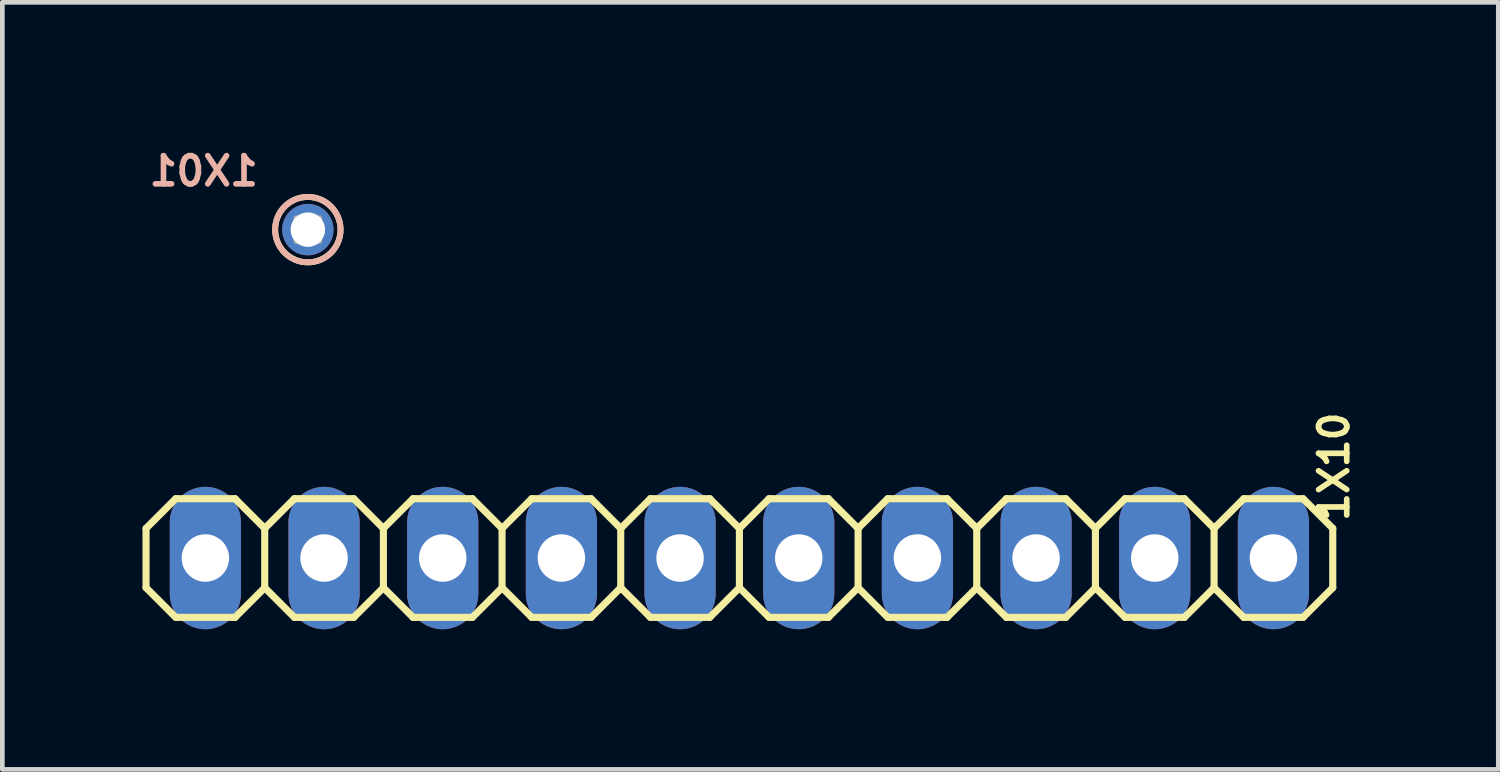
<source format=kicad_pcb>
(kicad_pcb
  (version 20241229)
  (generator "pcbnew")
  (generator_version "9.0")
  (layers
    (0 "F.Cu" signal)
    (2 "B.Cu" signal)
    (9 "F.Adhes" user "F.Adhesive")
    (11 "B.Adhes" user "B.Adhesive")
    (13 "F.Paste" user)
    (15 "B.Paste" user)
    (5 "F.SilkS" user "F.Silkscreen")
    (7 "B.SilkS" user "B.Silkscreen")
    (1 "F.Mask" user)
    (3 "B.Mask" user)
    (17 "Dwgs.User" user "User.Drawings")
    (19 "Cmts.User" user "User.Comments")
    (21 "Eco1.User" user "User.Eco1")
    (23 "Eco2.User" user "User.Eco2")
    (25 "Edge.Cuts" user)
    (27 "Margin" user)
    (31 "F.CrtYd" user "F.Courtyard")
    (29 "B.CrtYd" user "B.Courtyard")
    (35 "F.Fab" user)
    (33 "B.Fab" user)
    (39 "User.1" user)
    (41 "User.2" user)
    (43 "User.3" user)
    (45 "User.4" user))
  (footprint "1X10"
    (layer "F.Cu")
    (at 12.776 8.894)
    (property "Reference" "1X10" (at 13.079 -0.726 270) (layer "F.SilkS") (effects (font (size 0.603 0.603) (thickness 0.121)) (justify left bottom)))
    (attr through_hole)
    (fp_line (start -12.7 -0.635) (end -12.7 0.635) (stroke (width 0.152) (type solid)) (layer "F.SilkS"))
    (fp_line (start -12.7 0.635) (end -12.065 1.27) (stroke (width 0.152) (type solid)) (layer "F.SilkS"))
    (fp_line (start -12.065 -1.27) (end -12.7 -0.635) (stroke (width 0.152) (type solid)) (layer "F.SilkS"))
    (fp_line (start -12.065 -1.27) (end -10.795 -1.27) (stroke (width 0.152) (type solid)) (layer "F.SilkS"))
    (fp_line (start -10.795 -1.27) (end -10.16 -0.635) (stroke (width 0.152) (type solid)) (layer "F.SilkS"))
    (fp_line (start -10.795 1.27) (end -12.065 1.27) (stroke (width 0.152) (type solid)) (layer "F.SilkS"))
    (fp_line (start -10.16 -0.635) (end -10.16 0.635) (stroke (width 0.152) (type solid)) (layer "F.SilkS"))
    (fp_line (start -10.16 -0.635) (end -9.525 -1.27) (stroke (width 0.152) (type solid)) (layer "F.SilkS"))
    (fp_line (start -10.16 0.635) (end -10.795 1.27) (stroke (width 0.152) (type solid)) (layer "F.SilkS"))
    (fp_line (start -9.525 -1.27) (end -8.255 -1.27) (stroke (width 0.152) (type solid)) (layer "F.SilkS"))
    (fp_line (start -9.525 1.27) (end -10.16 0.635) (stroke (width 0.152) (type solid)) (layer "F.SilkS"))
    (fp_line (start -8.255 -1.27) (end -7.62 -0.635) (stroke (width 0.152) (type solid)) (layer "F.SilkS"))
    (fp_line (start -8.255 1.27) (end -9.525 1.27) (stroke (width 0.152) (type solid)) (layer "F.SilkS"))
    (fp_line (start -7.62 -0.635) (end -7.62 0.635) (stroke (width 0.152) (type solid)) (layer "F.SilkS"))
    (fp_line (start -7.62 -0.635) (end -6.985 -1.27) (stroke (width 0.152) (type solid)) (layer "F.SilkS"))
    (fp_line (start -7.62 0.635) (end -8.255 1.27) (stroke (width 0.152) (type solid)) (layer "F.SilkS"))
    (fp_line (start -6.985 -1.27) (end -5.715 -1.27) (stroke (width 0.152) (type solid)) (layer "F.SilkS"))
    (fp_line (start -6.985 1.27) (end -7.62 0.635) (stroke (width 0.152) (type solid)) (layer "F.SilkS"))
    (fp_line (start -5.715 -1.27) (end -5.08 -0.635) (stroke (width 0.152) (type solid)) (layer "F.SilkS"))
    (fp_line (start -5.715 1.27) (end -6.985 1.27) (stroke (width 0.152) (type solid)) (layer "F.SilkS"))
    (fp_line (start -5.08 -0.635) (end -5.08 0.635) (stroke (width 0.152) (type solid)) (layer "F.SilkS"))
    (fp_line (start -5.08 0.635) (end -5.715 1.27) (stroke (width 0.152) (type solid)) (layer "F.SilkS"))
    (fp_line (start -5.08 0.635) (end -4.445 1.27) (stroke (width 0.152) (type solid)) (layer "F.SilkS"))
    (fp_line (start -4.445 -1.27) (end -5.08 -0.635) (stroke (width 0.152) (type solid)) (layer "F.SilkS"))
    (fp_line (start -4.445 -1.27) (end -3.175 -1.27) (stroke (width 0.152) (type solid)) (layer "F.SilkS"))
    (fp_line (start -3.175 -1.27) (end -2.54 -0.635) (stroke (width 0.152) (type solid)) (layer "F.SilkS"))
    (fp_line (start -3.175 1.27) (end -4.445 1.27) (stroke (width 0.152) (type solid)) (layer "F.SilkS"))
    (fp_line (start -2.54 -0.635) (end -2.54 0.635) (stroke (width 0.152) (type solid)) (layer "F.SilkS"))
    (fp_line (start -2.54 -0.635) (end -1.905 -1.27) (stroke (width 0.152) (type solid)) (layer "F.SilkS"))
    (fp_line (start -2.54 0.635) (end -3.175 1.27) (stroke (width 0.152) (type solid)) (layer "F.SilkS"))
    (fp_line (start -1.905 -1.27) (end -0.635 -1.27) (stroke (width 0.152) (type solid)) (layer "F.SilkS"))
    (fp_line (start -1.905 1.27) (end -2.54 0.635) (stroke (width 0.152) (type solid)) (layer "F.SilkS"))
    (fp_line (start -0.635 -1.27) (end 0 -0.635) (stroke (width 0.152) (type solid)) (layer "F.SilkS"))
    (fp_line (start -0.635 1.27) (end -1.905 1.27) (stroke (width 0.152) (type solid)) (layer "F.SilkS"))
    (fp_line (start 0 -0.635) (end 0 0.635) (stroke (width 0.152) (type solid)) (layer "F.SilkS"))
    (fp_line (start 0 -0.635) (end 0.635 -1.27) (stroke (width 0.152) (type solid)) (layer "F.SilkS"))
    (fp_line (start 0 0.635) (end -0.635 1.27) (stroke (width 0.152) (type solid)) (layer "F.SilkS"))
    (fp_line (start 0.635 -1.27) (end 1.905 -1.27) (stroke (width 0.152) (type solid)) (layer "F.SilkS"))
    (fp_line (start 0.635 1.27) (end 0 0.635) (stroke (width 0.152) (type solid)) (layer "F.SilkS"))
    (fp_line (start 1.905 -1.27) (end 2.54 -0.635) (stroke (width 0.152) (type solid)) (layer "F.SilkS"))
    (fp_line (start 1.905 1.27) (end 0.635 1.27) (stroke (width 0.152) (type solid)) (layer "F.SilkS"))
    (fp_line (start 2.54 -0.635) (end 2.54 0.635) (stroke (width 0.152) (type solid)) (layer "F.SilkS"))
    (fp_line (start 2.54 0.635) (end 1.905 1.27) (stroke (width 0.152) (type solid)) (layer "F.SilkS"))
    (fp_line (start 2.54 0.635) (end 3.175 1.27) (stroke (width 0.152) (type solid)) (layer "F.SilkS"))
    (fp_line (start 3.175 -1.27) (end 2.54 -0.635) (stroke (width 0.152) (type solid)) (layer "F.SilkS"))
    (fp_line (start 3.175 -1.27) (end 4.445 -1.27) (stroke (width 0.152) (type solid)) (layer "F.SilkS"))
    (fp_line (start 4.445 -1.27) (end 5.08 -0.635) (stroke (width 0.152) (type solid)) (layer "F.SilkS"))
    (fp_line (start 4.445 1.27) (end 3.175 1.27) (stroke (width 0.152) (type solid)) (layer "F.SilkS"))
    (fp_line (start 5.08 -0.635) (end 5.08 0.635) (stroke (width 0.152) (type solid)) (layer "F.SilkS"))
    (fp_line (start 5.08 -0.635) (end 5.715 -1.27) (stroke (width 0.152) (type solid)) (layer "F.SilkS"))
    (fp_line (start 5.08 0.635) (end 4.445 1.27) (stroke (width 0.152) (type solid)) (layer "F.SilkS"))
    (fp_line (start 5.715 -1.27) (end 6.985 -1.27) (stroke (width 0.152) (type solid)) (layer "F.SilkS"))
    (fp_line (start 5.715 1.27) (end 5.08 0.635) (stroke (width 0.152) (type solid)) (layer "F.SilkS"))
    (fp_line (start 6.985 -1.27) (end 7.62 -0.635) (stroke (width 0.152) (type solid)) (layer "F.SilkS"))
    (fp_line (start 6.985 1.27) (end 5.715 1.27) (stroke (width 0.152) (type solid)) (layer "F.SilkS"))
    (fp_line (start 7.62 -0.635) (end 7.62 0.635) (stroke (width 0.152) (type solid)) (layer "F.SilkS"))
    (fp_line (start 7.62 -0.635) (end 8.255 -1.27) (stroke (width 0.152) (type solid)) (layer "F.SilkS"))
    (fp_line (start 7.62 0.635) (end 6.985 1.27) (stroke (width 0.152) (type solid)) (layer "F.SilkS"))
    (fp_line (start 8.255 -1.27) (end 9.525 -1.27) (stroke (width 0.152) (type solid)) (layer "F.SilkS"))
    (fp_line (start 8.255 1.27) (end 7.62 0.635) (stroke (width 0.152) (type solid)) (layer "F.SilkS"))
    (fp_line (start 9.525 -1.27) (end 10.16 -0.635) (stroke (width 0.152) (type solid)) (layer "F.SilkS"))
    (fp_line (start 9.525 1.27) (end 8.255 1.27) (stroke (width 0.152) (type solid)) (layer "F.SilkS"))
    (fp_line (start 10.16 -0.635) (end 10.16 0.635) (stroke (width 0.152) (type solid)) (layer "F.SilkS"))
    (fp_line (start 10.16 0.635) (end 9.525 1.27) (stroke (width 0.152) (type solid)) (layer "F.SilkS"))
    (fp_line (start 10.16 0.635) (end 10.795 1.27) (stroke (width 0.152) (type solid)) (layer "F.SilkS"))
    (fp_line (start 10.795 -1.27) (end 10.16 -0.635) (stroke (width 0.152) (type solid)) (layer "F.SilkS"))
    (fp_line (start 10.795 -1.27) (end 12.065 -1.27) (stroke (width 0.152) (type solid)) (layer "F.SilkS"))
    (fp_line (start 12.065 -1.27) (end 12.7 -0.635) (stroke (width 0.152) (type solid)) (layer "F.SilkS"))
    (fp_line (start 12.065 1.27) (end 10.795 1.27) (stroke (width 0.152) (type solid)) (layer "F.SilkS"))
    (fp_line (start 12.7 -0.635) (end 12.7 0.635) (stroke (width 0.152) (type solid)) (layer "F.SilkS"))
    (fp_line (start 12.7 0.635) (end 12.065 1.27) (stroke (width 0.152) (type solid)) (layer "F.SilkS"))
    (fp_poly (pts (xy -11.684 0.254) (xy -11.176 0.254) (xy -11.176 -0.254) (xy -11.684 -0.254)) (stroke (width 0.1) (type solid)) (fill no) (layer "F.Fab"))
    (fp_poly (pts (xy -9.144 0.254) (xy -8.636 0.254) (xy -8.636 -0.254) (xy -9.144 -0.254)) (stroke (width 0.1) (type solid)) (fill no) (layer "F.Fab"))
    (fp_poly (pts (xy -6.604 0.254) (xy -6.096 0.254) (xy -6.096 -0.254) (xy -6.604 -0.254)) (stroke (width 0.1) (type solid)) (fill no) (layer "F.Fab"))
    (fp_poly (pts (xy -4.064 0.254) (xy -3.556 0.254) (xy -3.556 -0.254) (xy -4.064 -0.254)) (stroke (width 0.1) (type solid)) (fill no) (layer "F.Fab"))
    (fp_poly (pts (xy -1.524 0.254) (xy -1.016 0.254) (xy -1.016 -0.254) (xy -1.524 -0.254)) (stroke (width 0.1) (type solid)) (fill no) (layer "F.Fab"))
    (fp_poly (pts (xy 1.016 0.254) (xy 1.524 0.254) (xy 1.524 -0.254) (xy 1.016 -0.254)) (stroke (width 0.1) (type solid)) (fill no) (layer "F.Fab"))
    (fp_poly (pts (xy 3.556 0.254) (xy 4.064 0.254) (xy 4.064 -0.254) (xy 3.556 -0.254)) (stroke (width 0.1) (type solid)) (fill no) (layer "F.Fab"))
    (fp_poly (pts (xy 6.096 0.254) (xy 6.604 0.254) (xy 6.604 -0.254) (xy 6.096 -0.254)) (stroke (width 0.1) (type solid)) (fill no) (layer "F.Fab"))
    (fp_poly (pts (xy 8.636 0.254) (xy 9.144 0.254) (xy 9.144 -0.254) (xy 8.636 -0.254)) (stroke (width 0.1) (type solid)) (fill no) (layer "F.Fab"))
    (fp_poly (pts (xy 11.176 0.254) (xy 11.684 0.254) (xy 11.684 -0.254) (xy 11.176 -0.254)) (stroke (width 0.1) (type solid)) (fill no) (layer "F.Fab"))
    (pad "1" thru_hole oval (at -11.43 0 90) (size 3.048 1.524) (drill 1.016) (layers "*.Cu" "*.Mask"))
    (pad "2" thru_hole oval (at -8.89 0 90) (size 3.048 1.524) (drill 1.016) (layers "*.Cu" "*.Mask"))
    (pad "3" thru_hole oval (at -6.35 0 90) (size 3.048 1.524) (drill 1.016) (layers "*.Cu" "*.Mask"))
    (pad "4" thru_hole oval (at -3.81 0 90) (size 3.048 1.524) (drill 1.016) (layers "*.Cu" "*.Mask"))
    (pad "5" thru_hole oval (at -1.27 0 90) (size 3.048 1.524) (drill 1.016) (layers "*.Cu" "*.Mask"))
    (pad "6" thru_hole oval (at 1.27 0 90) (size 3.048 1.524) (drill 1.016) (layers "*.Cu" "*.Mask"))
    (pad "7" thru_hole oval (at 3.81 0 90) (size 3.048 1.524) (drill 1.016) (layers "*.Cu" "*.Mask"))
    (pad "8" thru_hole oval (at 6.35 0 90) (size 3.048 1.524) (drill 1.016) (layers "*.Cu" "*.Mask"))
    (pad "9" thru_hole oval (at 8.89 0 90) (size 3.048 1.524) (drill 1.016) (layers "*.Cu" "*.Mask"))
    (pad "10" thru_hole oval (at 11.43 0 90) (size 3.048 1.524) (drill 1.016) (layers "*.Cu" "*.Mask")))
  (footprint "1X01"
    (layer "F.Cu")
    (at 3.539 1.865)
    (property "Reference" "1X01" (at -1 -0.9 0) (layer "B.SilkS") (effects (font (size 0.603 0.603) (thickness 0.121)) (justify left bottom mirror)))
    (attr through_hole)
    (fp_circle (center 0 0) (end 0.7 0) (stroke (width 0.127) (type solid)) (fill no) (layer "F.SilkS"))
    (fp_circle (center 0 0) (end 0.7 0) (stroke (width 0.127) (type solid)) (fill no) (layer "B.SilkS"))
    (fp_poly (pts (xy -0.254 0.254) (xy 0.254 0.254) (xy 0.254 -0.254) (xy -0.254 -0.254)) (stroke (width 0.1) (type solid)) (fill no) (layer "F.Fab"))
    (pad "1" thru_hole circle (at 0 0) (size 1.1 1.1) (drill 0.737) (layers "*.Cu" "*.Mask")))
  (gr_rect
    (start -3 -3)
    (end 29.019 13.418)
    (stroke (width 0.1) (type default))
    (fill no)
    (layer "Edge.Cuts")))
</source>
